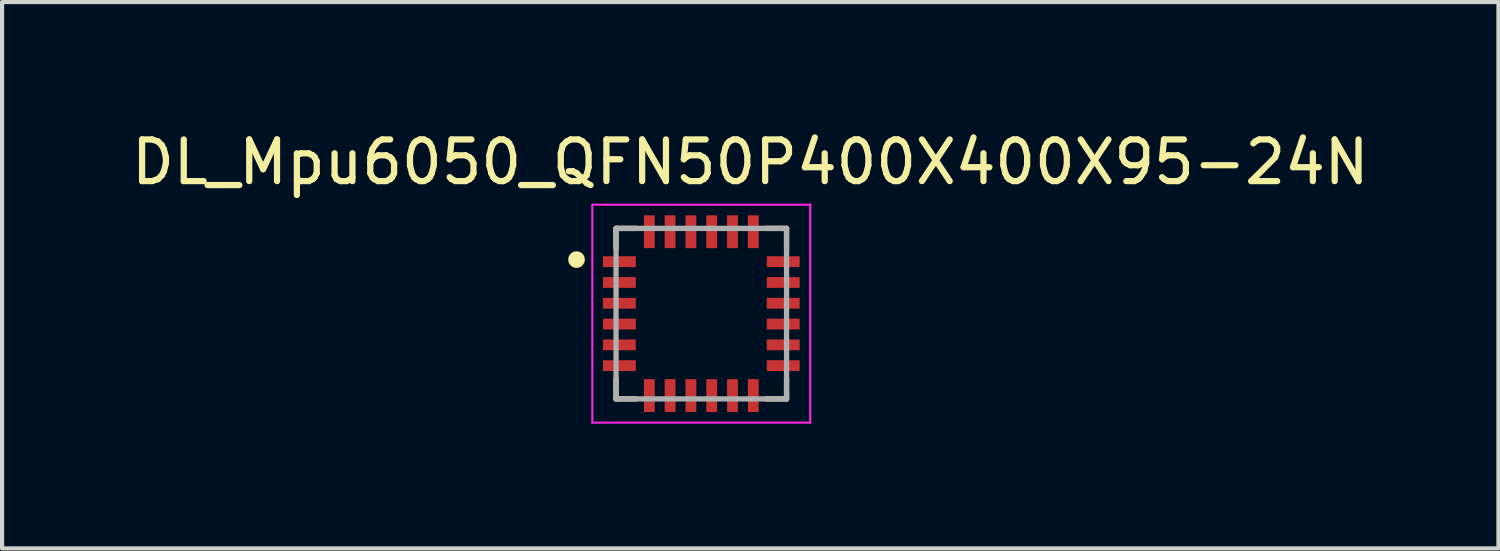
<source format=kicad_pcb>
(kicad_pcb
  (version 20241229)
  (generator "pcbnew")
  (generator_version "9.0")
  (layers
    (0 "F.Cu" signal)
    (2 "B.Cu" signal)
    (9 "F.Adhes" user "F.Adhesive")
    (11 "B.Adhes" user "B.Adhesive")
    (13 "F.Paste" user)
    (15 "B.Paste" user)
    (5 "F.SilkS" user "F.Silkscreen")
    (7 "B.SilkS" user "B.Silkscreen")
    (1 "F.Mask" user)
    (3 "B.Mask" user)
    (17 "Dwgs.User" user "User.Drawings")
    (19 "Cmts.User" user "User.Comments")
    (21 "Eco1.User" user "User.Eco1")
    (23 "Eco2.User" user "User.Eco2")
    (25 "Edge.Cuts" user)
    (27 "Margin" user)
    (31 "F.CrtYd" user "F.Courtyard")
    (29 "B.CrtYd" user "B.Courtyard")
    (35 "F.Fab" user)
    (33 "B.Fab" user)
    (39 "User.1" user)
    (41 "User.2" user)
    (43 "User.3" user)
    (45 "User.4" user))
  (footprint "DL_Mpu6050_QFN50P400X400X95-24N"
    (layer "F.Cu")
    (at 13.813 4.492)
    (property "Reference" "DL_Mpu6050_QFN50P400X400X95-24N" (at 1.178 -3.643 0) (layer "F.SilkS") (effects (font (size 1.002 1.002) (thickness 0.15))))
    (attr through_hole)
    (fp_line (start -2.05 -1.56) (end -2.05 -2.05) (stroke (width 0.127) (type solid)) (layer "F.SilkS"))
    (fp_line (start -2.05 2.05) (end -2.05 1.56) (stroke (width 0.127) (type solid)) (layer "F.SilkS"))
    (fp_line (start -1.56 -2.05) (end -2.05 -2.05) (stroke (width 0.127) (type solid)) (layer "F.SilkS"))
    (fp_line (start -1.56 2.05) (end -2.05 2.05) (stroke (width 0.127) (type solid)) (layer "F.SilkS"))
    (fp_line (start 1.56 -2.05) (end 2.05 -2.05) (stroke (width 0.127) (type solid)) (layer "F.SilkS"))
    (fp_line (start 2.05 -2.05) (end 2.05 -1.56) (stroke (width 0.127) (type solid)) (layer "F.SilkS"))
    (fp_line (start 2.05 1.56) (end 2.05 2.05) (stroke (width 0.127) (type solid)) (layer "F.SilkS"))
    (fp_line (start 2.05 2.05) (end 1.56 2.05) (stroke (width 0.127) (type solid)) (layer "F.SilkS"))
    (fp_circle (center -3 -1.3) (end -2.9 -1.3) (stroke (width 0.2) (type solid)) (fill no) (layer "F.SilkS"))
    (fp_line (start -2.62 -2.62) (end 2.62 -2.62) (stroke (width 0.05) (type solid)) (layer "F.CrtYd"))
    (fp_line (start -2.62 2.62) (end -2.62 -2.62) (stroke (width 0.05) (type solid)) (layer "F.CrtYd"))
    (fp_line (start 2.62 -2.62) (end 2.62 2.62) (stroke (width 0.05) (type solid)) (layer "F.CrtYd"))
    (fp_line (start 2.62 2.62) (end -2.62 2.62) (stroke (width 0.05) (type solid)) (layer "F.CrtYd"))
    (fp_line (start -2.05 -2.05) (end -2.05 2.05) (stroke (width 0.127) (type solid)) (layer "F.Fab"))
    (fp_line (start 2.05 -2.05) (end -2.05 -2.05) (stroke (width 0.127) (type solid)) (layer "F.Fab"))
    (fp_line (start 2.05 -2.05) (end 2.05 2.05) (stroke (width 0.127) (type solid)) (layer "F.Fab"))
    (fp_line (start 2.05 2.05) (end -2.05 2.05) (stroke (width 0.127) (type solid)) (layer "F.Fab"))
    (pad "1" smd rect (at -1.97 -1.25) (size 0.79 0.26) (layers "F.Cu" "F.Mask" "F.Paste"))
    (pad "2" smd rect (at -1.97 -0.75) (size 0.79 0.26) (layers "F.Cu" "F.Mask" "F.Paste"))
    (pad "3" smd rect (at -1.97 -0.25) (size 0.79 0.26) (layers "F.Cu" "F.Mask" "F.Paste"))
    (pad "4" smd rect (at -1.97 0.25) (size 0.79 0.26) (layers "F.Cu" "F.Mask" "F.Paste"))
    (pad "5" smd rect (at -1.97 0.75) (size 0.79 0.26) (layers "F.Cu" "F.Mask" "F.Paste"))
    (pad "6" smd rect (at -1.97 1.25) (size 0.79 0.26) (layers "F.Cu" "F.Mask" "F.Paste"))
    (pad "7" smd rect (at -1.25 1.97 90) (size 0.79 0.26) (layers "F.Cu" "F.Mask" "F.Paste"))
    (pad "8" smd rect (at -0.75 1.97 90) (size 0.79 0.26) (layers "F.Cu" "F.Mask" "F.Paste"))
    (pad "9" smd rect (at -0.25 1.97 90) (size 0.79 0.26) (layers "F.Cu" "F.Mask" "F.Paste"))
    (pad "10" smd rect (at 0.25 1.97 90) (size 0.79 0.26) (layers "F.Cu" "F.Mask" "F.Paste"))
    (pad "11" smd rect (at 0.75 1.97 90) (size 0.79 0.26) (layers "F.Cu" "F.Mask" "F.Paste"))
    (pad "12" smd rect (at 1.25 1.97 90) (size 0.79 0.26) (layers "F.Cu" "F.Mask" "F.Paste"))
    (pad "13" smd rect (at 1.97 1.25 180) (size 0.79 0.26) (layers "F.Cu" "F.Mask" "F.Paste"))
    (pad "14" smd rect (at 1.97 0.75 180) (size 0.79 0.26) (layers "F.Cu" "F.Mask" "F.Paste"))
    (pad "15" smd rect (at 1.97 0.25 180) (size 0.79 0.26) (layers "F.Cu" "F.Mask" "F.Paste"))
    (pad "16" smd rect (at 1.97 -0.25 180) (size 0.79 0.26) (layers "F.Cu" "F.Mask" "F.Paste"))
    (pad "17" smd rect (at 1.97 -0.75 180) (size 0.79 0.26) (layers "F.Cu" "F.Mask" "F.Paste"))
    (pad "18" smd rect (at 1.97 -1.25 180) (size 0.79 0.26) (layers "F.Cu" "F.Mask" "F.Paste"))
    (pad "19" smd rect (at 1.25 -1.97 270) (size 0.79 0.26) (layers "F.Cu" "F.Mask" "F.Paste"))
    (pad "20" smd rect (at 0.75 -1.97 270) (size 0.79 0.26) (layers "F.Cu" "F.Mask" "F.Paste"))
    (pad "21" smd rect (at 0.25 -1.97 270) (size 0.79 0.26) (layers "F.Cu" "F.Mask" "F.Paste"))
    (pad "22" smd rect (at -0.25 -1.97 270) (size 0.79 0.26) (layers "F.Cu" "F.Mask" "F.Paste"))
    (pad "23" smd rect (at -0.75 -1.97 270) (size 0.79 0.26) (layers "F.Cu" "F.Mask" "F.Paste"))
    (pad "24" smd rect (at -1.25 -1.97 270) (size 0.79 0.26) (layers "F.Cu" "F.Mask" "F.Paste")))
  (gr_rect
    (start -3 -3)
    (end 32.981 10.137)
    (stroke (width 0.1) (type default))
    (fill no)
    (layer "Edge.Cuts")))
</source>
